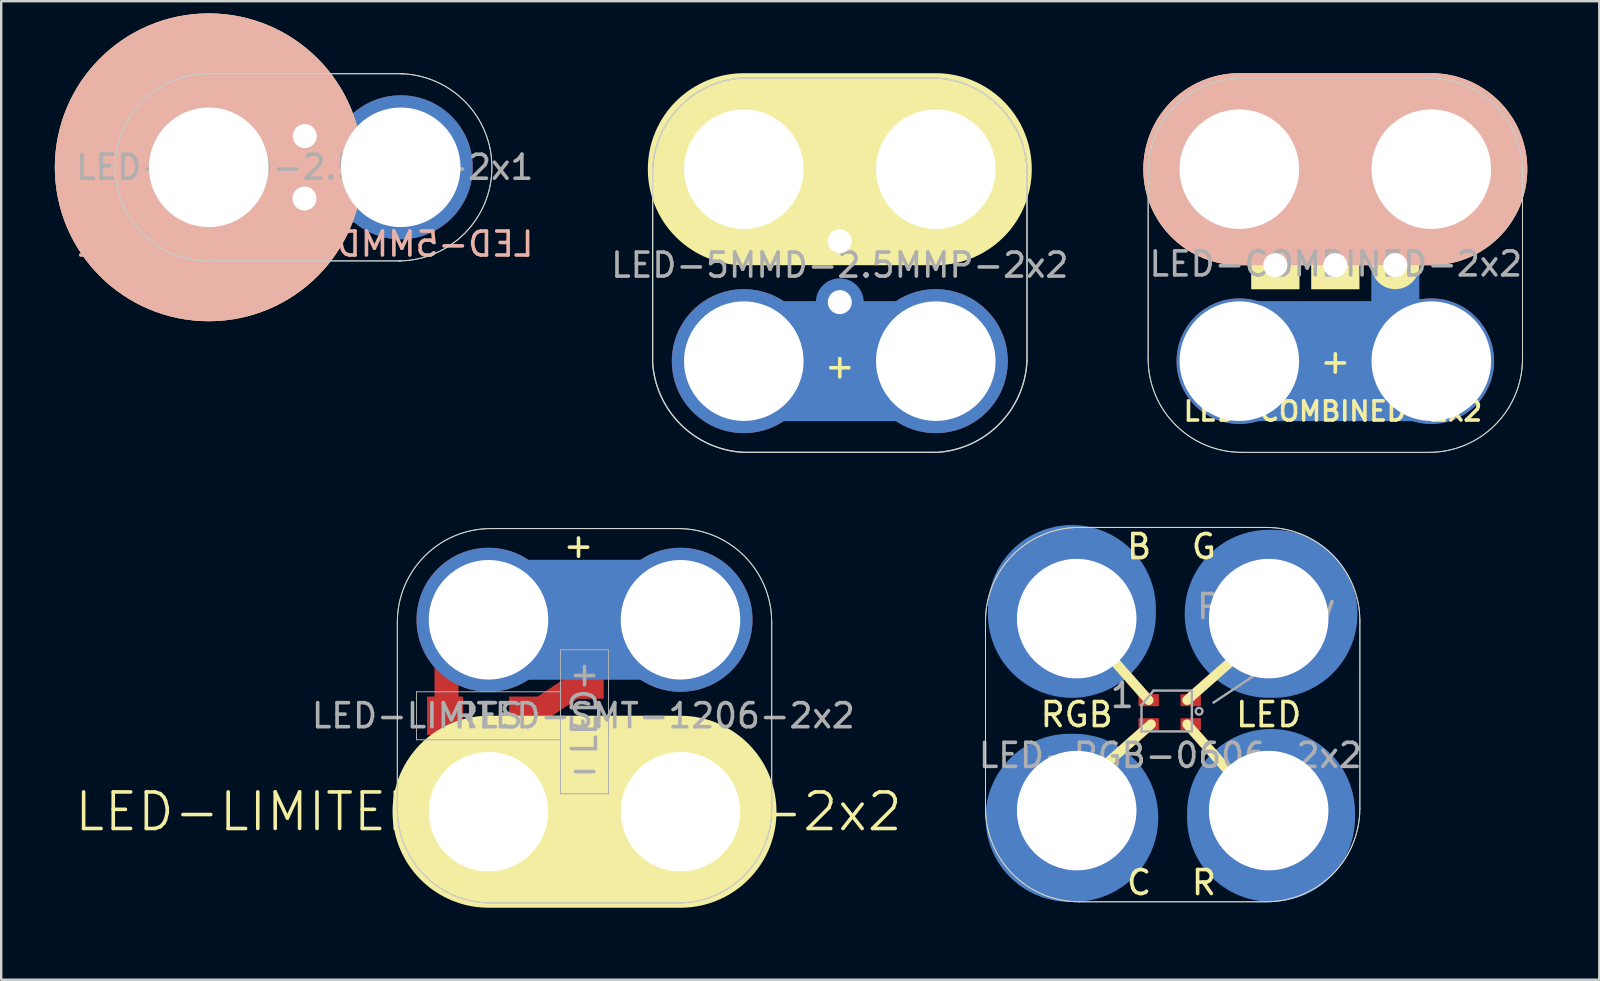
<source format=kicad_pcb>
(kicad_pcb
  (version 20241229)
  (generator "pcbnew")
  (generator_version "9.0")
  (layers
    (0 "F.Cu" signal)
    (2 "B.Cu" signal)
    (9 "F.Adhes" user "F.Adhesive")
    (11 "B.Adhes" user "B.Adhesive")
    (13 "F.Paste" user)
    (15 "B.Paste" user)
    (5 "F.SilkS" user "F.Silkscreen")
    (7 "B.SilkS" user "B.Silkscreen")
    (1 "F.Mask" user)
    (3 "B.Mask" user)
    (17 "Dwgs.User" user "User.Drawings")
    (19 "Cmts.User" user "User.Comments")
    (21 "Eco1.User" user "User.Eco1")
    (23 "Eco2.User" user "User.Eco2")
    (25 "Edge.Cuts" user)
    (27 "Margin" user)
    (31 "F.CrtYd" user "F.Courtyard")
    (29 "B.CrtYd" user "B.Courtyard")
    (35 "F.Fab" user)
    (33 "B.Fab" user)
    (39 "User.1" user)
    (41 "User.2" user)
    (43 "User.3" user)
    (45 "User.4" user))
  (footprint "LED-RGB-0606-2x2"
    (layer "F.Cu")
    (at 41.818 30.729)
    (property "Reference" "LED-RGB-0606-2x2" (at 3.9 -2.3 0) (layer "F.Fab") (effects (font (size 1 1) (thickness 0.15))))
    (attr through_hole)
    (fp_line (start 3 -4.6) (end 0 -8) (stroke (width 0.4) (type solid)) (layer "F.Cu"))
    (fp_line (start 3.1 -3.6) (end -0.3 -0.6) (stroke (width 0.4) (type solid)) (layer "F.Cu"))
    (fp_line (start 4.6 -4.6) (end 8 -7.6) (stroke (width 0.4) (type solid)) (layer "F.Cu"))
    (fp_line (start 4.6 -3.6) (end 7.6 -0.2) (stroke (width 0.4) (type solid)) (layer "F.Cu"))
    (fp_line (start -0.2 -8.2) (end -0.2 -8.4) (stroke (width 7) (type solid)) (layer "B.Cu"))
    (fp_line (start -0.1 0.3) (end -0.3 0.3) (stroke (width 7) (type solid)) (layer "B.Cu"))
    (fp_line (start 8 -8.2) (end 8.2 -8.2) (stroke (width 7) (type solid)) (layer "B.Cu"))
    (fp_line (start 8.1 0.1) (end 8.1 0.3) (stroke (width 7) (type solid)) (layer "B.Cu"))
    (fp_line (start -0.2 -8.2) (end -0.2 -8.4) (stroke (width 7) (type solid)) (layer "B.Mask"))
    (fp_line (start -0.1 0.3) (end -0.3 0.3) (stroke (width 7) (type solid)) (layer "B.Mask"))
    (fp_line (start 8 -8.2) (end 8.2 -8.2) (stroke (width 7) (type solid)) (layer "B.Mask"))
    (fp_line (start 8.1 0.1) (end 8.1 0.3) (stroke (width 7) (type solid)) (layer "B.Mask"))
    (fp_line (start 3 -4.6) (end 0 -8) (stroke (width 0.4) (type solid)) (layer "F.SilkS"))
    (fp_line (start 3.1 -3.6) (end -0.3 -0.6) (stroke (width 0.4) (type solid)) (layer "F.SilkS"))
    (fp_line (start 4.6 -4.6) (end 8 -7.6) (stroke (width 0.4) (type solid)) (layer "F.SilkS"))
    (fp_line (start 4.6 -3.6) (end 7.6 -0.2) (stroke (width 0.4) (type solid)) (layer "F.SilkS"))
    (fp_line (start -3.8 -0.1) (end -3.8 -7.9) (stroke (width 0.041) (type solid)) (layer "Edge.Cuts"))
    (fp_line (start 7.9 -11.8) (end 0.1 -11.8) (stroke (width 0.041) (type solid)) (layer "Edge.Cuts"))
    (fp_line (start 7.9 3.8) (end 0.1 3.8) (stroke (width 0.041) (type solid)) (layer "Edge.Cuts"))
    (fp_line (start 11.8 -0.1) (end 11.8 -7.9) (stroke (width 0.041) (type solid)) (layer "Edge.Cuts"))
    (fp_arc (start -3.8 -7.9) (mid -2.657716 -10.657716) (end 0.1 -11.8) (stroke (width 0.04064) (type solid)) (layer "Edge.Cuts"))
    (fp_arc (start 0.1 3.8) (mid -2.657716 2.657716) (end -3.8 -0.1) (stroke (width 0.04064) (type solid)) (layer "Edge.Cuts"))
    (fp_arc (start 7.9 -11.8) (mid 10.657716 -10.657716) (end 11.8 -7.9) (stroke (width 0.04064) (type solid)) (layer "Edge.Cuts"))
    (fp_arc (start 11.8 -0.1) (mid 10.657716 2.657716) (end 7.9 3.8) (stroke (width 0.04064) (type solid)) (layer "Edge.Cuts"))
    (fp_line (start -3.8 -0.1) (end -3.8 -7.9) (stroke (width 0.041) (type solid)) (layer "F.Fab"))
    (fp_line (start 2.7 -4.4) (end 2.7 -3.3) (stroke (width 0.1) (type solid)) (layer "F.Fab"))
    (fp_line (start 2.7 -3.3) (end 4.8 -3.3) (stroke (width 0.1) (type solid)) (layer "F.Fab"))
    (fp_line (start 3.2 -5) (end 2.7 -4.4) (stroke (width 0.1) (type solid)) (layer "F.Fab"))
    (fp_line (start 3.2 -5) (end 4.8 -5) (stroke (width 0.1) (type solid)) (layer "F.Fab"))
    (fp_line (start 4.8 -3.3) (end 4.8 -5) (stroke (width 0.1) (type solid)) (layer "F.Fab"))
    (fp_line (start 7.9 -11.8) (end 0.1 -11.8) (stroke (width 0.041) (type solid)) (layer "F.Fab"))
    (fp_line (start 7.9 3.8) (end 0.1 3.8) (stroke (width 0.041) (type solid)) (layer "F.Fab"))
    (fp_line (start 8.1 -6.1) (end 5.7 -4.5) (stroke (width 0.1) (type solid)) (layer "F.Fab"))
    (fp_line (start 11.8 -0.1) (end 11.8 -7.9) (stroke (width 0.041) (type solid)) (layer "F.Fab"))
    (fp_arc (start -3.8 -7.9) (mid -2.657716 -10.657716) (end 0.1 -11.8) (stroke (width 0.04064) (type solid)) (layer "F.Fab"))
    (fp_arc (start 0.1 3.8) (mid -2.657716 2.657716) (end -3.8 -0.1) (stroke (width 0.04064) (type solid)) (layer "F.Fab"))
    (fp_arc (start 7.9 -11.8) (mid 10.657716 -10.657716) (end 11.8 -7.9) (stroke (width 0.04064) (type solid)) (layer "F.Fab"))
    (fp_arc (start 11.8 -0.1) (mid 10.657716 2.657716) (end 7.9 3.8) (stroke (width 0.04064) (type solid)) (layer "F.Fab"))
    (fp_circle (center 5.1 -4.141) (end 5.2 -4.041) (stroke (width 0.1) (type solid)) (fill no) (layer "F.Fab"))
    (fp_text user "RGB" (at 0 -4 0) (layer "F.SilkS") (effects (font (size 1 1) (thickness 0.15))))
    (fp_text user "B" (at 2.6 -11 0) (layer "F.SilkS") (effects (font (size 1 1) (thickness 0.15))))
    (fp_text user "G" (at 5.3 -11 0) (layer "F.SilkS") (effects (font (size 1 1) (thickness 0.15))))
    (fp_text user "C" (at 2.6 3 0) (layer "F.SilkS") (effects (font (size 1 1) (thickness 0.15))))
    (fp_text user "LED" (at 8 -4 0) (layer "F.SilkS") (effects (font (size 1 1) (thickness 0.15))))
    (fp_text user "R" (at 5.3 3 0) (layer "F.SilkS") (effects (font (size 1 1) (thickness 0.15))))
    (fp_text user "1" (at 1.9 -4.8 0) (layer "F.Fab") (effects (font (size 1 1) (thickness 0.15))))
    (fp_text user "Polarity" (at 7.9 -8.5 0) (layer "F.Fab") (effects (font (size 1 1) (thickness 0.15))))
    (fp_text user "Mark" (at 8 -7 0) (layer "F.Fab") (effects (font (size 1 1) (thickness 0.15))))
    (pad "1" thru_hole circle (at 0 -8) (size 6 6) (drill 4.98) (layers "*.Cu" "*.Mask"))
    (pad "1" smd rect (at 3 -4.6) (size 0.85 0.5) (layers "F.Cu" "F.Mask" "F.Paste"))
    (pad "2" smd rect (at 4.75 -4.6) (size 0.85 0.5) (layers "F.Cu" "F.Mask" "F.Paste"))
    (pad "2" thru_hole circle (at 8 -8) (size 6 6) (drill 4.98) (layers "*.Cu" "*.Mask"))
    (pad "3" thru_hole circle (at 0 0) (size 6 6) (drill 4.98) (layers "*.Cu" "*.Mask"))
    (pad "3" smd rect (at 3 -3.6) (size 0.85 0.5) (layers "F.Cu" "F.Mask" "F.Paste"))
    (pad "4" smd rect (at 4.75 -3.6) (size 0.85 0.5) (layers "F.Cu" "F.Mask" "F.Paste"))
    (pad "4" thru_hole circle (at 8 0) (size 6 6) (drill 4.98) (layers "*.Cu" "*.Mask")))
  (footprint "LED-LIMITED-SMT-1206-2x2"
    (layer "F.Cu")
    (at 17.308 30.777)
    (property "Reference" "LED-LIMITED-SMT-1206-2x2" (at 0 0 0) (layer "F.SilkS") (effects (font (size 1.524 1.524) (thickness 0.15))))
    (attr through_hole)
    (fp_line (start -1.75 -7) (end -1.75 -4) (stroke (width 1) (type solid)) (layer "F.Cu"))
    (fp_line (start 0.05 1.75) (end 8.175 1.75) (stroke (width 2) (type solid)) (layer "F.Cu"))
    (fp_line (start 1.75 -4) (end 4 -5.5) (stroke (width 1) (type solid)) (layer "F.Cu"))
    (fp_line (start 0 -8) (end 7.9 -8) (stroke (width 5) (type solid)) (layer "B.Cu"))
    (fp_line (start 0 0) (end 7.9 0) (stroke (width 5) (type solid)) (layer "B.Cu"))
    (fp_line (start 0 -8) (end 7.9 -8) (stroke (width 5) (type solid)) (layer "B.Mask"))
    (fp_line (start 0 0) (end 7.9 0) (stroke (width 5) (type solid)) (layer "B.Mask"))
    (fp_line (start 0 0) (end 8 0) (stroke (width 8) (type solid)) (layer "F.SilkS"))
    (fp_line (start -3.8 -0.1) (end -3.8 -7.9) (stroke (width 0.041) (type solid)) (layer "Edge.Cuts"))
    (fp_line (start 7.9 -11.8) (end 0.1 -11.8) (stroke (width 0.041) (type solid)) (layer "Edge.Cuts"))
    (fp_line (start 7.9 3.8) (end 0.1 3.8) (stroke (width 0.041) (type solid)) (layer "Edge.Cuts"))
    (fp_line (start 11.8 -0.1) (end 11.8 -7.9) (stroke (width 0.041) (type solid)) (layer "Edge.Cuts"))
    (fp_arc (start -3.8 -7.9) (mid -2.657716 -10.657716) (end 0.1 -11.8) (stroke (width 0.04064) (type solid)) (layer "Edge.Cuts"))
    (fp_arc (start 0.1 3.8) (mid -2.657716 2.657716) (end -3.8 -0.1) (stroke (width 0.04064) (type solid)) (layer "Edge.Cuts"))
    (fp_arc (start 7.9 -11.8) (mid 10.657716 -10.657716) (end 11.8 -7.9) (stroke (width 0.04064) (type solid)) (layer "Edge.Cuts"))
    (fp_arc (start 11.8 -0.1) (mid 10.657716 2.657716) (end 7.9 3.8) (stroke (width 0.04064) (type solid)) (layer "Edge.Cuts"))
    (fp_line (start -3.8 -0.1) (end -3.8 -7.9) (stroke (width 0.041) (type solid)) (layer "F.Fab"))
    (fp_line (start -3 -5) (end 3 -5) (stroke (width 0.041) (type solid)) (layer "F.Fab"))
    (fp_line (start -3 -3) (end -3 -5) (stroke (width 0.041) (type solid)) (layer "F.Fab"))
    (fp_line (start 3 -6.75) (end 3 -5.75) (stroke (width 0.041) (type solid)) (layer "F.Fab"))
    (fp_line (start 3 -5.75) (end 3 -0.75) (stroke (width 0.041) (type solid)) (layer "F.Fab"))
    (fp_line (start 3 -5) (end 3 -3) (stroke (width 0.041) (type solid)) (layer "F.Fab"))
    (fp_line (start 3 -3) (end -3 -3) (stroke (width 0.041) (type solid)) (layer "F.Fab"))
    (fp_line (start 3 -0.75) (end 5 -0.75) (stroke (width 0.041) (type solid)) (layer "F.Fab"))
    (fp_line (start 5 -6.75) (end 3 -6.75) (stroke (width 0.041) (type solid)) (layer "F.Fab"))
    (fp_line (start 5 -0.75) (end 5 -6.75) (stroke (width 0.041) (type solid)) (layer "F.Fab"))
    (fp_line (start 7.9 -11.8) (end 0.1 -11.8) (stroke (width 0.041) (type solid)) (layer "F.Fab"))
    (fp_line (start 7.9 3.8) (end 0.1 3.8) (stroke (width 0.041) (type solid)) (layer "F.Fab"))
    (fp_line (start 11.8 -0.1) (end 11.8 -7.9) (stroke (width 0.041) (type solid)) (layer "F.Fab"))
    (fp_arc (start -3.8 -7.9) (mid -2.657716 -10.657716) (end 0.1 -11.8) (stroke (width 0.04064) (type solid)) (layer "F.Fab"))
    (fp_arc (start 0.1 3.8) (mid -2.657716 2.657716) (end -3.8 -0.1) (stroke (width 0.04064) (type solid)) (layer "F.Fab"))
    (fp_arc (start 7.9 -11.8) (mid 10.657716 -10.657716) (end 11.8 -7.9) (stroke (width 0.04064) (type solid)) (layer "F.Fab"))
    (fp_arc (start 11.8 -0.1) (mid 10.657716 2.657716) (end 7.9 3.8) (stroke (width 0.04064) (type solid)) (layer "F.Fab"))
    (fp_text user "+" (at 3.75 -11.1 0) (layer "F.SilkS") (effects (font (size 1 1) (thickness 0.15))))
    (fp_text user "${REFERENCE}" (at 3.95 -4 0) (layer "F.Fab") (effects (font (size 1 1) (thickness 0.15))))
    (fp_text user "RES" (at 0 -4 180) (layer "F.Fab") (effects (font (size 1 1) (thickness 0.15))))
    (fp_text user "-" (at 4 -1.75 0) (layer "F.Fab") (effects (font (size 1 1) (thickness 0.15))))
    (fp_text user "LED" (at 4 -3.75 90) (layer "F.Fab") (effects (font (size 1 1) (thickness 0.15))))
    (fp_text user "+" (at 4 -5.75 0) (layer "F.Fab") (effects (font (size 1 1) (thickness 0.15))))
    (pad "1" smd rect (at -1.81 -4 90) (size 1.6 1.5) (layers "F.Cu" "F.Mask" "F.Paste"))
    (pad "1" thru_hole circle (at 0 -8) (size 6 6) (drill 4.98) (layers "*.Cu" "*.Mask"))
    (pad "1" thru_hole circle (at 8 -8) (size 6 6) (drill 4.98) (layers "*.Cu" "*.Mask"))
    (pad "2" thru_hole circle (at 0 0) (size 6 6) (drill 4.98) (layers "*.Cu" "*.Mask"))
    (pad "2" smd rect (at 4 -2.04) (size 1.6 1.5) (layers "F.Cu" "F.Mask" "F.Paste"))
    (pad "2" thru_hole circle (at 8 0) (size 6 6) (drill 4.98) (layers "*.Cu" "*.Mask"))
    (pad "3" smd rect (at 1.61 -4 90) (size 1.6 1.5) (layers "F.Cu" "F.Mask" "F.Paste"))
    (pad "3" smd rect (at 4 -5.46) (size 1.6 1.5) (layers "F.Cu" "F.Mask" "F.Paste")))
  (footprint "LED-5MMD-2.5MMP-2x1"
    (layer "F.Cu")
    (at 5.649 3.922)
    (property "Reference" "LED-5MMD-2.5MMP-2x1" (at 4 3.2 0) (layer "B.SilkS") (effects (font (size 1 1) (thickness 0.15)) (justify mirror)))
    (attr through_hole)
    (fp_line (start 3.85 -1.3) (end 0.05 -1.3) (stroke (width 2) (type solid)) (layer "B.Cu"))
    (fp_line (start 7.9 1.3) (end 4.1 1.3) (stroke (width 2) (type solid)) (layer "B.Cu"))
    (fp_circle (center 0 0) (end 1 1) (stroke (width 5) (type solid)) (fill no) (layer "F.SilkS"))
    (fp_circle (center 0 0) (end 1 1) (stroke (width 5) (type solid)) (fill no) (layer "B.SilkS"))
    (fp_line (start 8 3.9) (end 0.1 3.9) (stroke (width 0.041) (type solid)) (layer "Edge.Cuts"))
    (fp_line (start 8.1 -3.9) (end -0.1 -3.9) (stroke (width 0.041) (type solid)) (layer "Edge.Cuts"))
    (fp_arc (start 0.1 3.9) (mid -3.900961 0.050004) (end 0 -3.901282) (stroke (width 0.04064) (type solid)) (layer "Edge.Cuts"))
    (fp_arc (start 8 -3.9) (mid 11.801151 0.03192) (end 7.936169 3.901114) (stroke (width 0.04064) (type solid)) (layer "Edge.Cuts"))
    (fp_line (start 8 3.9) (end 0.1 3.9) (stroke (width 0.041) (type solid)) (layer "F.Fab"))
    (fp_line (start 8.1 -3.9) (end -0.1 -3.9) (stroke (width 0.041) (type solid)) (layer "F.Fab"))
    (fp_arc (start 0.1 3.9) (mid -3.900961 0.050004) (end 0 -3.901282) (stroke (width 0.04064) (type solid)) (layer "F.Fab"))
    (fp_arc (start 8 -3.9) (mid 11.801151 0.03192) (end 7.936169 3.901114) (stroke (width 0.04064) (type solid)) (layer "F.Fab"))
    (fp_text user "+" (at 4 3.1 0) (layer "F.SilkS") (effects (font (size 1 1) (thickness 0.15))))
    (fp_text user "-" (at 4 -3 0) (layer "B.SilkS") (effects (font (size 1 1) (thickness 0.15)) (justify mirror)))
    (fp_text user "${REFERENCE}" (at 4 0 0) (layer "F.Fab") (effects (font (size 1 1) (thickness 0.15))))
    (pad "+" thru_hole circle (at 3.988 1.3 270) (size 1.9 1.9) (drill 1.001) (layers "*.Cu" "*.Mask"))
    (pad "+" thru_hole circle (at 8 0) (size 6 6) (drill 4.98) (layers "*.Cu" "*.Mask"))
    (pad "-" thru_hole circle (at 0 0) (size 6 6) (drill 4.98) (layers "*.Cu" "*.Mask"))
    (pad "-" thru_hole rect (at 4 -1.3) (size 1.8 1.9) (drill 1) (layers "*.Cu" "*.Mask")))
  (footprint "LED-5MMD-2.5MMP-2x2"
    (layer "F.Cu")
    (at 27.946 12)
    (property "Reference" "LED-5MMD-2.5MMP-2x2" (at 4 -4 0) (layer "F.Fab") (effects (font (size 1 1) (thickness 0.15))))
    (attr through_hole)
    (fp_line (start 4 -5.2) (end 4 -6.3) (stroke (width 2) (type solid)) (layer "B.Cu"))
    (fp_line (start 4 -1.35) (end 4 -2.45) (stroke (width 2) (type solid)) (layer "B.Cu"))
    (fp_line (start 8 -8) (end 0 -8) (stroke (width 5) (type solid)) (layer "B.Cu"))
    (fp_line (start 8 0) (end 0 0) (stroke (width 5) (type solid)) (layer "B.Cu"))
    (fp_line (start 8 -8) (end 0 -8) (stroke (width 5) (type solid)) (layer "B.Mask"))
    (fp_line (start 8 0) (end 0 0) (stroke (width 5) (type solid)) (layer "B.Mask"))
    (fp_line (start 0 -8) (end 8 -8) (stroke (width 8) (type solid)) (layer "F.SilkS"))
    (fp_line (start 2.5 -6.23) (end 5.5 -6.23) (stroke (width 0.15) (type solid)) (layer "F.SilkS"))
    (fp_line (start -3.8 -8) (end -3.8 0) (stroke (width 0.05) (type solid)) (layer "Edge.Cuts"))
    (fp_line (start 0 -11.8) (end 8 -11.8) (stroke (width 0.05) (type solid)) (layer "Edge.Cuts"))
    (fp_line (start 0 3.8) (end 8 3.8) (stroke (width 0.05) (type solid)) (layer "Edge.Cuts"))
    (fp_line (start 11.8 -8) (end 11.8 0) (stroke (width 0.05) (type solid)) (layer "Edge.Cuts"))
    (fp_arc (start -3.8 -8) (mid -2.636928 -10.631138) (end -0.009972 -11.803625) (stroke (width 0.05) (type solid)) (layer "Edge.Cuts"))
    (fp_arc (start 0 3.8) (mid -2.631138 2.636928) (end -3.803625 0.009972) (stroke (width 0.05) (type solid)) (layer "Edge.Cuts"))
    (fp_arc (start 8 -11.8) (mid 10.631138 -10.636928) (end 11.803625 -8.009972) (stroke (width 0.05) (type solid)) (layer "Edge.Cuts"))
    (fp_arc (start 11.8 0) (mid 10.636928 2.631138) (end 8.009972 3.803625) (stroke (width 0.05) (type solid)) (layer "Edge.Cuts"))
    (fp_line (start -3.8 -8) (end -3.8 0) (stroke (width 0.05) (type solid)) (layer "F.Fab"))
    (fp_line (start 0 -11.8) (end 8 -11.8) (stroke (width 0.05) (type solid)) (layer "F.Fab"))
    (fp_line (start 0 3.8) (end 8 3.8) (stroke (width 0.05) (type solid)) (layer "F.Fab"))
    (fp_line (start 11.8 -8) (end 11.8 0) (stroke (width 0.05) (type solid)) (layer "F.Fab"))
    (fp_arc (start -3.8 -8) (mid -2.636928 -10.631138) (end -0.009972 -11.803625) (stroke (width 0.05) (type solid)) (layer "F.Fab"))
    (fp_arc (start 0 3.8) (mid -2.631138 2.636928) (end -3.803625 0.009972) (stroke (width 0.05) (type solid)) (layer "F.Fab"))
    (fp_arc (start 8 -11.8) (mid 10.631138 -10.636928) (end 11.803625 -8.009972) (stroke (width 0.05) (type solid)) (layer "F.Fab"))
    (fp_arc (start 11.8 0) (mid 10.636928 2.631138) (end 8.009972 3.803625) (stroke (width 0.05) (type solid)) (layer "F.Fab"))
    (fp_text user "+" (at 4 0.2 0) (layer "F.SilkS") (effects (font (size 1 1) (thickness 0.15))))
    (pad "+" thru_hole circle (at 0 0) (size 6 6) (drill 4.98) (layers "*.Cu" "*.Mask"))
    (pad "+" thru_hole circle (at 4 -2.46 270) (size 1.9 1.9) (drill 1.001) (layers "*.Cu" "*.Mask"))
    (pad "+" thru_hole circle (at 8 0) (size 6 6) (drill 4.98) (layers "*.Cu" "*.Mask"))
    (pad "-" thru_hole circle (at 0 -8) (size 6 6) (drill 4.98) (layers "*.Cu" "*.Mask"))
    (pad "-" thru_hole rect (at 4 -5) (size 2 1.9) (drill 1.001) (layers "*.Cu" "*.Mask"))
    (pad "-" thru_hole circle (at 8 -8) (size 6 6) (drill 4.98) (layers "*.Cu" "*.Mask")))
  (footprint "LED-COMBINED-2x2"
    (layer "F.Cu")
    (at 48.595 12)
    (property "Reference" "LED-COMBINED-2x2" (at 3.9 2.09 0) (layer "F.SilkS") (effects (font (size 0.8 0.8) (thickness 0.15))))
    (attr through_hole)
    (fp_line (start 0 -8) (end 8 -8) (stroke (width 5) (type solid)) (layer "B.Cu"))
    (fp_line (start 0 0) (end 8 0) (stroke (width 5) (type solid)) (layer "B.Cu"))
    (fp_line (start 1.5 -4.2) (end 1.5 -6.8) (stroke (width 2) (type solid)) (layer "B.Cu"))
    (fp_line (start 4 -4.1) (end 4 -6.7) (stroke (width 2) (type solid)) (layer "B.Cu"))
    (fp_line (start 6.5 -1.4) (end 6.5 -4) (stroke (width 2) (type solid)) (layer "B.Cu"))
    (fp_line (start 0 -8) (end 8 -8) (stroke (width 5) (type solid)) (layer "B.Mask"))
    (fp_line (start 0 0) (end 8 0) (stroke (width 5) (type solid)) (layer "B.Mask"))
    (fp_line (start 8 -8) (end 0 -8) (stroke (width 8) (type solid)) (layer "F.SilkS"))
    (fp_line (start 8 -8) (end 0 -8) (stroke (width 8) (type solid)) (layer "B.SilkS"))
    (fp_line (start -3.8 -0.1) (end -3.8 -7.9) (stroke (width 0.041) (type solid)) (layer "Edge.Cuts"))
    (fp_line (start 7.9 -11.8) (end 0.1 -11.8) (stroke (width 0.041) (type solid)) (layer "Edge.Cuts"))
    (fp_line (start 7.9 3.8) (end 0.1 3.8) (stroke (width 0.041) (type solid)) (layer "Edge.Cuts"))
    (fp_line (start 11.8 -0.1) (end 11.8 -7.9) (stroke (width 0.041) (type solid)) (layer "Edge.Cuts"))
    (fp_arc (start -3.8 -7.9) (mid -2.657716 -10.657716) (end 0.1 -11.8) (stroke (width 0.04064) (type solid)) (layer "Edge.Cuts"))
    (fp_arc (start 0.1 3.8) (mid -2.657716 2.657716) (end -3.8 -0.1) (stroke (width 0.04064) (type solid)) (layer "Edge.Cuts"))
    (fp_arc (start 7.9 -11.8) (mid 10.657716 -10.657716) (end 11.8 -7.9) (stroke (width 0.04064) (type solid)) (layer "Edge.Cuts"))
    (fp_arc (start 11.8 -0.1) (mid 10.657716 2.657716) (end 7.9 3.8) (stroke (width 0.04064) (type solid)) (layer "Edge.Cuts"))
    (fp_line (start -3.8 -0.1) (end -3.8 -7.9) (stroke (width 0.041) (type solid)) (layer "F.Fab"))
    (fp_line (start 7.9 -11.8) (end 0.1 -11.8) (stroke (width 0.041) (type solid)) (layer "F.Fab"))
    (fp_line (start 7.9 3.8) (end 0.1 3.8) (stroke (width 0.041) (type solid)) (layer "F.Fab"))
    (fp_line (start 11.8 -0.1) (end 11.8 -7.9) (stroke (width 0.041) (type solid)) (layer "F.Fab"))
    (fp_arc (start -3.8 -7.9) (mid -2.657716 -10.657716) (end 0.1 -11.8) (stroke (width 0.04064) (type solid)) (layer "F.Fab"))
    (fp_arc (start 0.1 3.8) (mid -2.657716 2.657716) (end -3.8 -0.1) (stroke (width 0.04064) (type solid)) (layer "F.Fab"))
    (fp_arc (start 7.9 -11.8) (mid 10.657716 -10.657716) (end 11.8 -7.9) (stroke (width 0.04064) (type solid)) (layer "F.Fab"))
    (fp_arc (start 11.8 -0.1) (mid 10.657716 2.657716) (end 7.9 3.8) (stroke (width 0.04064) (type solid)) (layer "F.Fab"))
    (fp_text user "+" (at 4 0 0) (layer "F.SilkS") (effects (font (size 1 1) (thickness 0.15))))
    (fp_text user "-" (at 4 -8 0) (layer "F.SilkS") (effects (font (size 1 1) (thickness 0.15))))
    (fp_text user "${REFERENCE}" (at 4.02 -4.05 0) (layer "F.Fab") (effects (font (size 1 1) (thickness 0.15))))
    (pad "+" thru_hole circle (at 0 0) (size 5.23 5.23) (drill 4.98) (layers "*.Cu" "*.Mask"))
    (pad "+" thru_hole circle (at 6.5 -4) (size 2 2) (drill 1.001) (layers "*.Cu" "*.Mask" "F.SilkS"))
    (pad "+" thru_hole circle (at 8 0) (size 5.23 5.23) (drill 4.98) (layers "*.Cu" "*.Mask"))
    (pad "-" thru_hole circle (at 0 -8) (size 5.23 5.23) (drill 4.98) (layers "*.Cu" "*.Mask"))
    (pad "-" thru_hole rect (at 1.5 -4) (size 2 2) (drill 1.001) (layers "*.Cu" "*.Mask" "F.SilkS"))
    (pad "-" thru_hole rect (at 4 -4) (size 2 2) (drill 1.001) (layers "*.Cu" "*.Mask" "F.SilkS"))
    (pad "-" thru_hole circle (at 8 -8) (size 5.23 5.23) (drill 4.98) (layers "*.Cu" "*.Mask")))
  (gr_rect
    (start -3 -3)
    (end 63.595 37.777)
    (stroke (width 0.1) (type default))
    (fill no)
    (layer "Edge.Cuts")))
</source>
